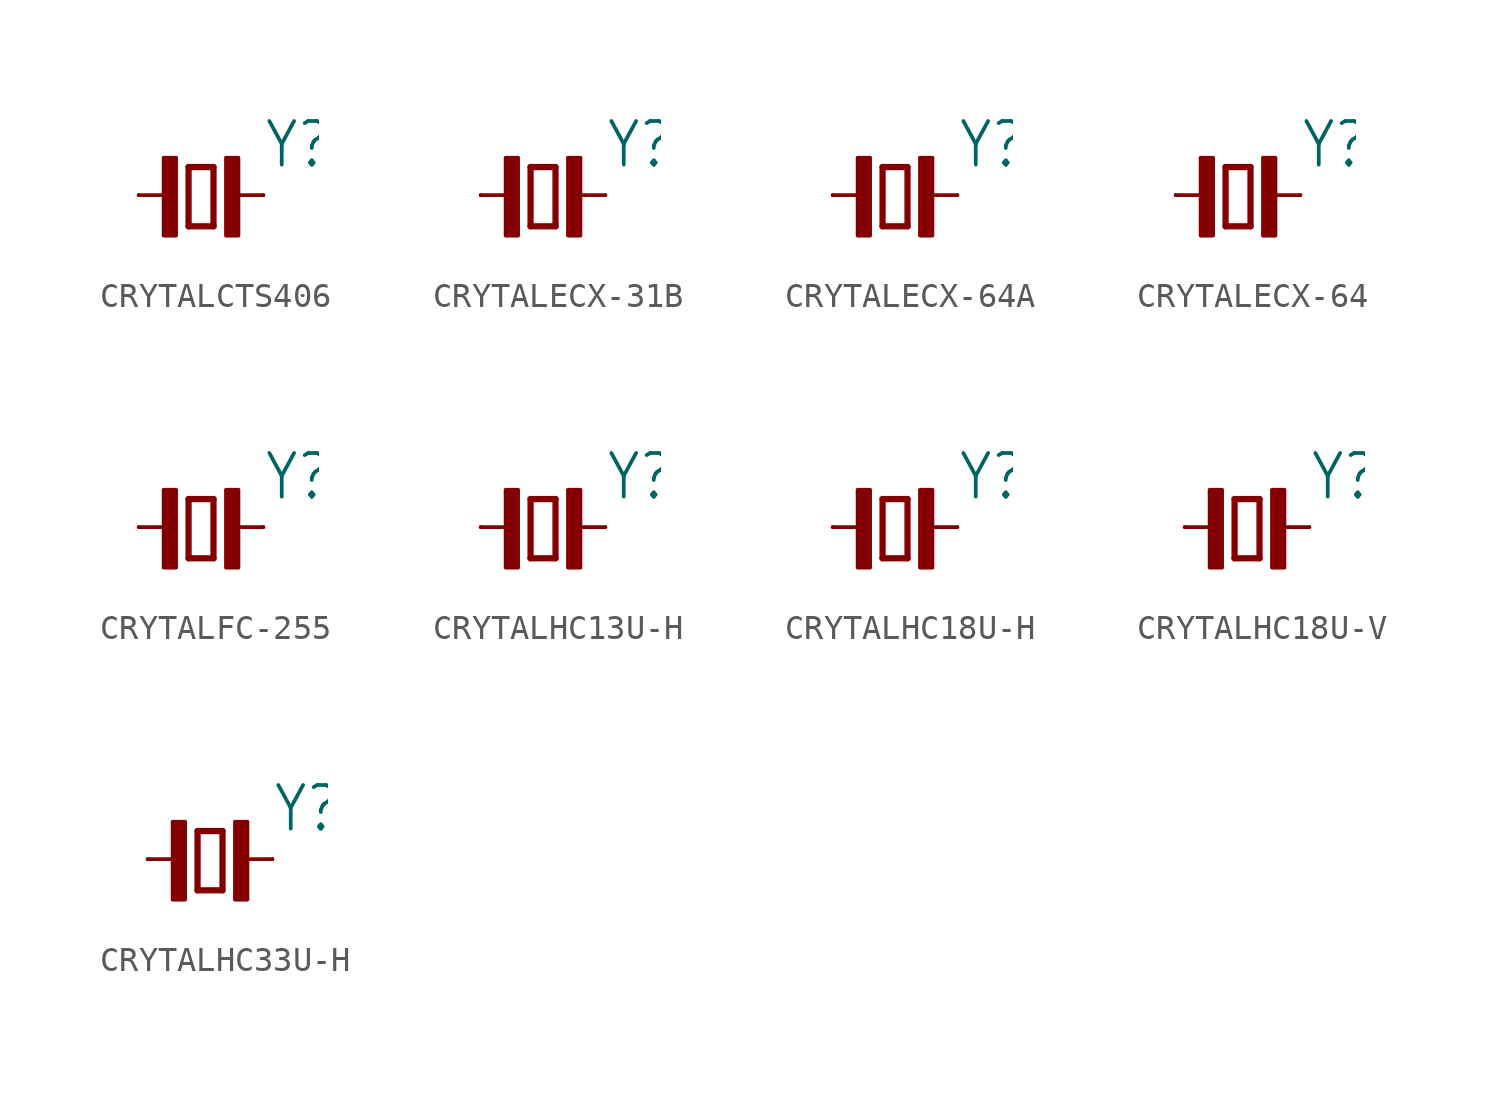
<source format=kicad_sym>
(kicad_symbol_lib
  (version 20231120)
  (generator "kicad_symbol_editor")
  (generator_version "8.0")
  (symbol "CRYTALCTS406"
    (property "Reference" "Y"
      (at 2.54 1.016 0)
      (effects (font (size 1.778 1.511)) (justify left bottom)))
    (property "Value" ""
      (at 2.54 -2.54 0)
      (effects (font (size 1.778 1.511)) (justify left bottom)))
    (property "ki_locked" ""
      (at 0 0 0)
      (effects (font (size 1.27 1.27))))
    (symbol "CRYTALCTS406_1_0"
      (rectangle (start -1.524 -1.651) (end -1.016 1.524) (stroke (width 0) (type default)) (fill (type outline)))
      (polyline (pts (xy -2.54 0) (xy -1.143 0)) (stroke (width 0.152) (type solid)) (fill (type none)))
      (polyline (pts (xy -0.508 -1.27) (xy 0.508 -1.27)) (stroke (width 0.254) (type solid)) (fill (type none)))
      (polyline (pts (xy -0.508 1.143) (xy -0.508 -1.27)) (stroke (width 0.254) (type solid)) (fill (type none)))
      (polyline (pts (xy 0.508 -1.27) (xy 0.508 1.143)) (stroke (width 0.254) (type solid)) (fill (type none)))
      (polyline (pts (xy 0.508 1.143) (xy -0.508 1.143)) (stroke (width 0.254) (type solid)) (fill (type none)))
      (polyline (pts (xy 1.143 0) (xy 2.54 0)) (stroke (width 0.152) (type solid)) (fill (type none)))
      (rectangle (start 1.016 -1.651) (end 1.524 1.524) (stroke (width 0) (type default)) (fill (type outline)))
      (pin passive line (at -2.54 0 0) (length 0) (name "1" (effects (font (size 0 0)))) (number "1" (effects (font (size 0 0)))))
      (pin passive line (at 2.54 0 180) (length 0) (name "2" (effects (font (size 0 0)))) (number "3" (effects (font (size 0 0)))))))
  (symbol "CRYTALECX-31B"
    (property "Reference" "Y"
      (at 2.54 1.016 0)
      (effects (font (size 1.778 1.511)) (justify left bottom)))
    (property "Value" ""
      (at 2.54 -2.54 0)
      (effects (font (size 1.778 1.511)) (justify left bottom)))
    (property "ki_locked" ""
      (at 0 0 0)
      (effects (font (size 1.27 1.27))))
    (symbol "CRYTALECX-31B_1_0"
      (rectangle (start -1.524 -1.651) (end -1.016 1.524) (stroke (width 0) (type default)) (fill (type outline)))
      (polyline (pts (xy -2.54 0) (xy -1.143 0)) (stroke (width 0.152) (type solid)) (fill (type none)))
      (polyline (pts (xy -0.508 -1.27) (xy 0.508 -1.27)) (stroke (width 0.254) (type solid)) (fill (type none)))
      (polyline (pts (xy -0.508 1.143) (xy -0.508 -1.27)) (stroke (width 0.254) (type solid)) (fill (type none)))
      (polyline (pts (xy 0.508 -1.27) (xy 0.508 1.143)) (stroke (width 0.254) (type solid)) (fill (type none)))
      (polyline (pts (xy 0.508 1.143) (xy -0.508 1.143)) (stroke (width 0.254) (type solid)) (fill (type none)))
      (polyline (pts (xy 1.143 0) (xy 2.54 0)) (stroke (width 0.152) (type solid)) (fill (type none)))
      (rectangle (start 1.016 -1.651) (end 1.524 1.524) (stroke (width 0) (type default)) (fill (type outline)))
      (pin passive line (at -2.54 0 0) (length 0) (name "1" (effects (font (size 0 0)))) (number "1" (effects (font (size 0 0)))))
      (pin passive line (at 2.54 0 180) (length 0) (name "2" (effects (font (size 0 0)))) (number "2" (effects (font (size 0 0)))))))
  (symbol "CRYTALECX-64A"
    (property "Reference" "Y"
      (at 2.54 1.016 0)
      (effects (font (size 1.778 1.511)) (justify left bottom)))
    (property "Value" ""
      (at 2.54 -2.54 0)
      (effects (font (size 1.778 1.511)) (justify left bottom)))
    (property "ki_locked" ""
      (at 0 0 0)
      (effects (font (size 1.27 1.27))))
    (symbol "CRYTALECX-64A_1_0"
      (rectangle (start -1.524 -1.651) (end -1.016 1.524) (stroke (width 0) (type default)) (fill (type outline)))
      (polyline (pts (xy -2.54 0) (xy -1.143 0)) (stroke (width 0.152) (type solid)) (fill (type none)))
      (polyline (pts (xy -0.508 -1.27) (xy 0.508 -1.27)) (stroke (width 0.254) (type solid)) (fill (type none)))
      (polyline (pts (xy -0.508 1.143) (xy -0.508 -1.27)) (stroke (width 0.254) (type solid)) (fill (type none)))
      (polyline (pts (xy 0.508 -1.27) (xy 0.508 1.143)) (stroke (width 0.254) (type solid)) (fill (type none)))
      (polyline (pts (xy 0.508 1.143) (xy -0.508 1.143)) (stroke (width 0.254) (type solid)) (fill (type none)))
      (polyline (pts (xy 1.143 0) (xy 2.54 0)) (stroke (width 0.152) (type solid)) (fill (type none)))
      (rectangle (start 1.016 -1.651) (end 1.524 1.524) (stroke (width 0) (type default)) (fill (type outline)))
      (pin passive line (at -2.54 0 0) (length 0) (name "1" (effects (font (size 0 0)))) (number "1" (effects (font (size 0 0)))))
      (pin passive line (at 2.54 0 180) (length 0) (name "2" (effects (font (size 0 0)))) (number "2" (effects (font (size 0 0)))))))
  (symbol "CRYTALECX-64"
    (property "Reference" "Y"
      (at 2.54 1.016 0)
      (effects (font (size 1.778 1.511)) (justify left bottom)))
    (property "Value" ""
      (at 2.54 -2.54 0)
      (effects (font (size 1.778 1.511)) (justify left bottom)))
    (property "ki_locked" ""
      (at 0 0 0)
      (effects (font (size 1.27 1.27))))
    (symbol "CRYTALECX-64_1_0"
      (rectangle (start -1.524 -1.651) (end -1.016 1.524) (stroke (width 0) (type default)) (fill (type outline)))
      (polyline (pts (xy -2.54 0) (xy -1.143 0)) (stroke (width 0.152) (type solid)) (fill (type none)))
      (polyline (pts (xy -0.508 -1.27) (xy 0.508 -1.27)) (stroke (width 0.254) (type solid)) (fill (type none)))
      (polyline (pts (xy -0.508 1.143) (xy -0.508 -1.27)) (stroke (width 0.254) (type solid)) (fill (type none)))
      (polyline (pts (xy 0.508 -1.27) (xy 0.508 1.143)) (stroke (width 0.254) (type solid)) (fill (type none)))
      (polyline (pts (xy 0.508 1.143) (xy -0.508 1.143)) (stroke (width 0.254) (type solid)) (fill (type none)))
      (polyline (pts (xy 1.143 0) (xy 2.54 0)) (stroke (width 0.152) (type solid)) (fill (type none)))
      (rectangle (start 1.016 -1.651) (end 1.524 1.524) (stroke (width 0) (type default)) (fill (type outline)))
      (pin passive line (at -2.54 0 0) (length 0) (name "1" (effects (font (size 0 0)))) (number "1" (effects (font (size 0 0)))))
      (pin passive line (at 2.54 0 180) (length 0) (name "2" (effects (font (size 0 0)))) (number "3" (effects (font (size 0 0)))))))
  (symbol "CRYTALFC-255"
    (property "Reference" "Y"
      (at 2.54 1.016 0)
      (effects (font (size 1.778 1.511)) (justify left bottom)))
    (property "Value" ""
      (at 2.54 -2.54 0)
      (effects (font (size 1.778 1.511)) (justify left bottom)))
    (property "ki_locked" ""
      (at 0 0 0)
      (effects (font (size 1.27 1.27))))
    (symbol "CRYTALFC-255_1_0"
      (rectangle (start -1.524 -1.651) (end -1.016 1.524) (stroke (width 0) (type default)) (fill (type outline)))
      (polyline (pts (xy -2.54 0) (xy -1.143 0)) (stroke (width 0.152) (type solid)) (fill (type none)))
      (polyline (pts (xy -0.508 -1.27) (xy 0.508 -1.27)) (stroke (width 0.254) (type solid)) (fill (type none)))
      (polyline (pts (xy -0.508 1.143) (xy -0.508 -1.27)) (stroke (width 0.254) (type solid)) (fill (type none)))
      (polyline (pts (xy 0.508 -1.27) (xy 0.508 1.143)) (stroke (width 0.254) (type solid)) (fill (type none)))
      (polyline (pts (xy 0.508 1.143) (xy -0.508 1.143)) (stroke (width 0.254) (type solid)) (fill (type none)))
      (polyline (pts (xy 1.143 0) (xy 2.54 0)) (stroke (width 0.152) (type solid)) (fill (type none)))
      (rectangle (start 1.016 -1.651) (end 1.524 1.524) (stroke (width 0) (type default)) (fill (type outline)))
      (pin passive line (at -2.54 0 0) (length 0) (name "1" (effects (font (size 0 0)))) (number "1" (effects (font (size 0 0)))))
      (pin passive line (at 2.54 0 180) (length 0) (name "2" (effects (font (size 0 0)))) (number "2" (effects (font (size 0 0)))))))
  (symbol "CRYTALHC13U-H"
    (property "Reference" "Y"
      (at 2.54 1.016 0)
      (effects (font (size 1.778 1.511)) (justify left bottom)))
    (property "Value" ""
      (at 2.54 -2.54 0)
      (effects (font (size 1.778 1.511)) (justify left bottom)))
    (property "ki_locked" ""
      (at 0 0 0)
      (effects (font (size 1.27 1.27))))
    (symbol "CRYTALHC13U-H_1_0"
      (rectangle (start -1.524 -1.651) (end -1.016 1.524) (stroke (width 0) (type default)) (fill (type outline)))
      (polyline (pts (xy -2.54 0) (xy -1.143 0)) (stroke (width 0.152) (type solid)) (fill (type none)))
      (polyline (pts (xy -0.508 -1.27) (xy 0.508 -1.27)) (stroke (width 0.254) (type solid)) (fill (type none)))
      (polyline (pts (xy -0.508 1.143) (xy -0.508 -1.27)) (stroke (width 0.254) (type solid)) (fill (type none)))
      (polyline (pts (xy 0.508 -1.27) (xy 0.508 1.143)) (stroke (width 0.254) (type solid)) (fill (type none)))
      (polyline (pts (xy 0.508 1.143) (xy -0.508 1.143)) (stroke (width 0.254) (type solid)) (fill (type none)))
      (polyline (pts (xy 1.143 0) (xy 2.54 0)) (stroke (width 0.152) (type solid)) (fill (type none)))
      (rectangle (start 1.016 -1.651) (end 1.524 1.524) (stroke (width 0) (type default)) (fill (type outline)))
      (pin passive line (at -2.54 0 0) (length 0) (name "1" (effects (font (size 0 0)))) (number "1" (effects (font (size 0 0)))))
      (pin passive line (at 2.54 0 180) (length 0) (name "2" (effects (font (size 0 0)))) (number "2" (effects (font (size 0 0)))))))
  (symbol "CRYTALHC18U-H"
    (property "Reference" "Y"
      (at 2.54 1.016 0)
      (effects (font (size 1.778 1.511)) (justify left bottom)))
    (property "Value" ""
      (at 2.54 -2.54 0)
      (effects (font (size 1.778 1.511)) (justify left bottom)))
    (property "ki_locked" ""
      (at 0 0 0)
      (effects (font (size 1.27 1.27))))
    (symbol "CRYTALHC18U-H_1_0"
      (rectangle (start -1.524 -1.651) (end -1.016 1.524) (stroke (width 0) (type default)) (fill (type outline)))
      (polyline (pts (xy -2.54 0) (xy -1.143 0)) (stroke (width 0.152) (type solid)) (fill (type none)))
      (polyline (pts (xy -0.508 -1.27) (xy 0.508 -1.27)) (stroke (width 0.254) (type solid)) (fill (type none)))
      (polyline (pts (xy -0.508 1.143) (xy -0.508 -1.27)) (stroke (width 0.254) (type solid)) (fill (type none)))
      (polyline (pts (xy 0.508 -1.27) (xy 0.508 1.143)) (stroke (width 0.254) (type solid)) (fill (type none)))
      (polyline (pts (xy 0.508 1.143) (xy -0.508 1.143)) (stroke (width 0.254) (type solid)) (fill (type none)))
      (polyline (pts (xy 1.143 0) (xy 2.54 0)) (stroke (width 0.152) (type solid)) (fill (type none)))
      (rectangle (start 1.016 -1.651) (end 1.524 1.524) (stroke (width 0) (type default)) (fill (type outline)))
      (pin passive line (at -2.54 0 0) (length 0) (name "1" (effects (font (size 0 0)))) (number "1" (effects (font (size 0 0)))))
      (pin passive line (at 2.54 0 180) (length 0) (name "2" (effects (font (size 0 0)))) (number "2" (effects (font (size 0 0)))))))
  (symbol "CRYTALHC18U-V"
    (property "Reference" "Y"
      (at 2.54 1.016 0)
      (effects (font (size 1.778 1.511)) (justify left bottom)))
    (property "Value" ""
      (at 2.54 -2.54 0)
      (effects (font (size 1.778 1.511)) (justify left bottom)))
    (property "ki_locked" ""
      (at 0 0 0)
      (effects (font (size 1.27 1.27))))
    (symbol "CRYTALHC18U-V_1_0"
      (rectangle (start -1.524 -1.651) (end -1.016 1.524) (stroke (width 0) (type default)) (fill (type outline)))
      (polyline (pts (xy -2.54 0) (xy -1.143 0)) (stroke (width 0.152) (type solid)) (fill (type none)))
      (polyline (pts (xy -0.508 -1.27) (xy 0.508 -1.27)) (stroke (width 0.254) (type solid)) (fill (type none)))
      (polyline (pts (xy -0.508 1.143) (xy -0.508 -1.27)) (stroke (width 0.254) (type solid)) (fill (type none)))
      (polyline (pts (xy 0.508 -1.27) (xy 0.508 1.143)) (stroke (width 0.254) (type solid)) (fill (type none)))
      (polyline (pts (xy 0.508 1.143) (xy -0.508 1.143)) (stroke (width 0.254) (type solid)) (fill (type none)))
      (polyline (pts (xy 1.143 0) (xy 2.54 0)) (stroke (width 0.152) (type solid)) (fill (type none)))
      (rectangle (start 1.016 -1.651) (end 1.524 1.524) (stroke (width 0) (type default)) (fill (type outline)))
      (pin passive line (at -2.54 0 0) (length 0) (name "1" (effects (font (size 0 0)))) (number "1" (effects (font (size 0 0)))))
      (pin passive line (at 2.54 0 180) (length 0) (name "2" (effects (font (size 0 0)))) (number "2" (effects (font (size 0 0)))))))
  (symbol "CRYTALHC33U-H"
    (property "Reference" "Y"
      (at 2.54 1.016 0)
      (effects (font (size 1.778 1.511)) (justify left bottom)))
    (property "Value" ""
      (at 2.54 -2.54 0)
      (effects (font (size 1.778 1.511)) (justify left bottom)))
    (property "ki_locked" ""
      (at 0 0 0)
      (effects (font (size 1.27 1.27))))
    (symbol "CRYTALHC33U-H_1_0"
      (rectangle (start -1.524 -1.651) (end -1.016 1.524) (stroke (width 0) (type default)) (fill (type outline)))
      (polyline (pts (xy -2.54 0) (xy -1.143 0)) (stroke (width 0.152) (type solid)) (fill (type none)))
      (polyline (pts (xy -0.508 -1.27) (xy 0.508 -1.27)) (stroke (width 0.254) (type solid)) (fill (type none)))
      (polyline (pts (xy -0.508 1.143) (xy -0.508 -1.27)) (stroke (width 0.254) (type solid)) (fill (type none)))
      (polyline (pts (xy 0.508 -1.27) (xy 0.508 1.143)) (stroke (width 0.254) (type solid)) (fill (type none)))
      (polyline (pts (xy 0.508 1.143) (xy -0.508 1.143)) (stroke (width 0.254) (type solid)) (fill (type none)))
      (polyline (pts (xy 1.143 0) (xy 2.54 0)) (stroke (width 0.152) (type solid)) (fill (type none)))
      (rectangle (start 1.016 -1.651) (end 1.524 1.524) (stroke (width 0) (type default)) (fill (type outline)))
      (pin passive line (at -2.54 0 0) (length 0) (name "1" (effects (font (size 0 0)))) (number "1" (effects (font (size 0 0)))))
      (pin passive line (at 2.54 0 180) (length 0) (name "2" (effects (font (size 0 0)))) (number "2" (effects (font (size 0 0))))))))
</source>
